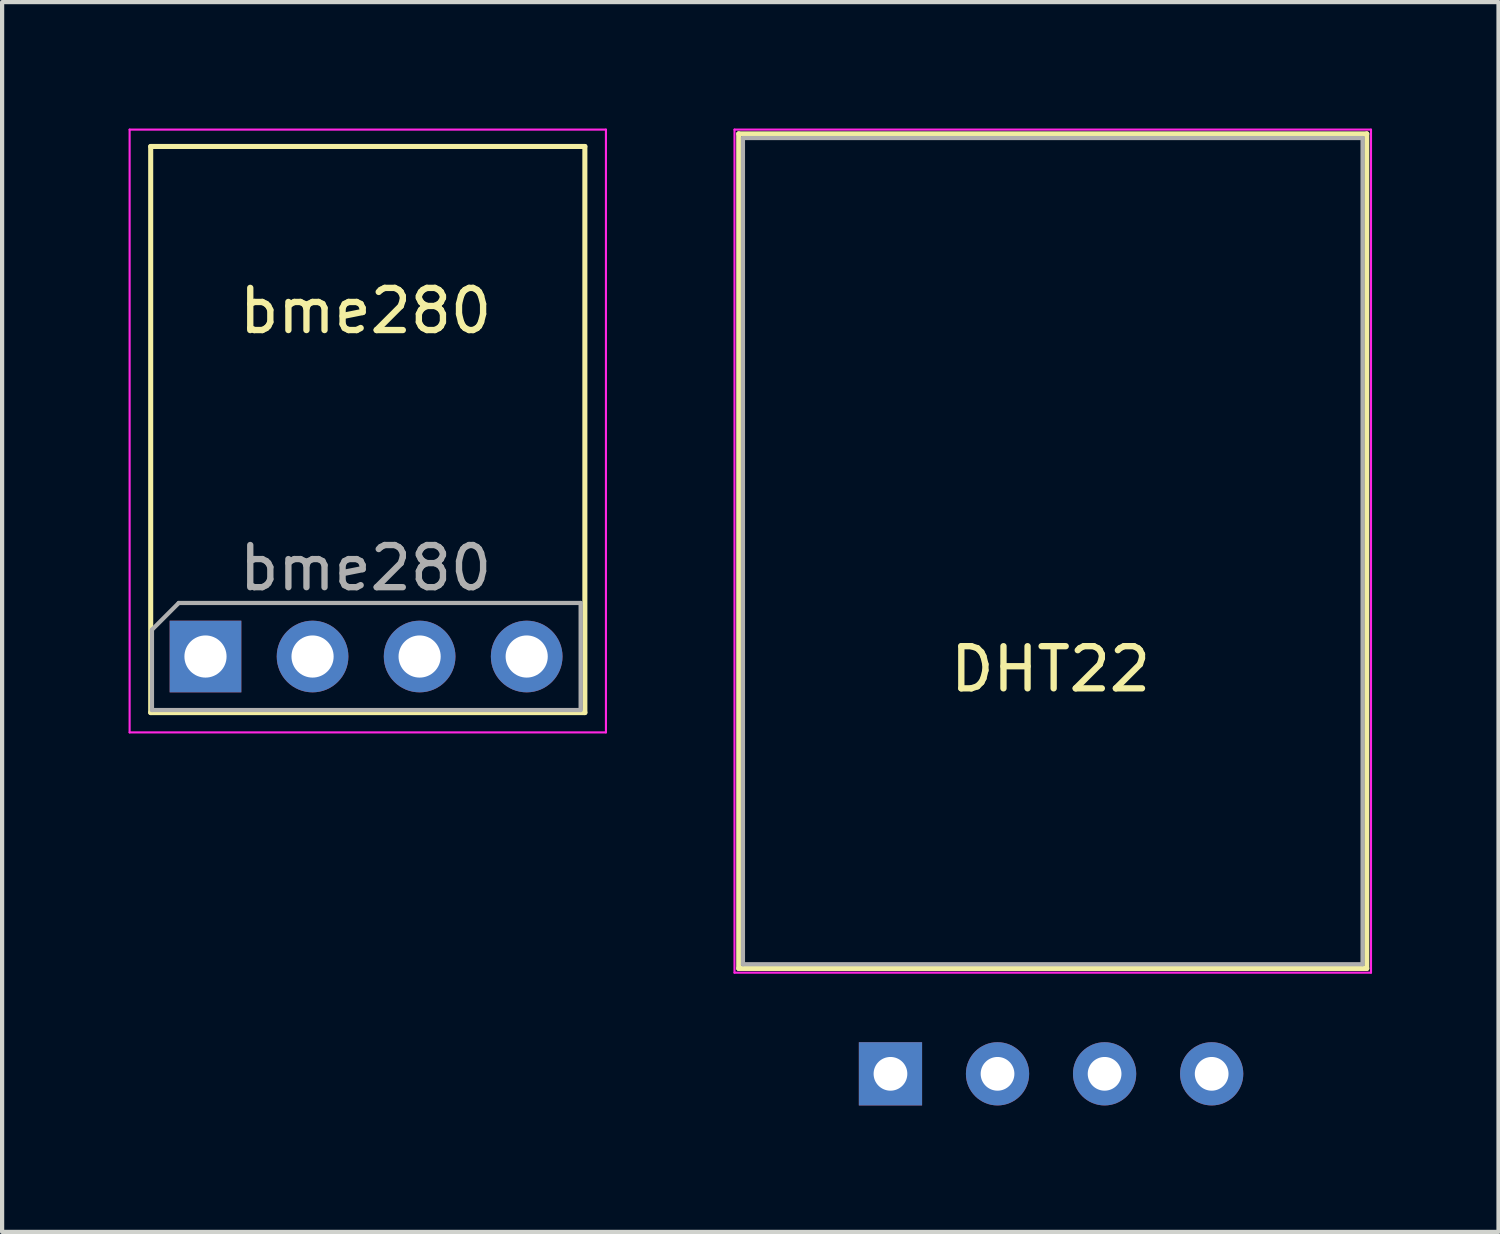
<source format=kicad_pcb>
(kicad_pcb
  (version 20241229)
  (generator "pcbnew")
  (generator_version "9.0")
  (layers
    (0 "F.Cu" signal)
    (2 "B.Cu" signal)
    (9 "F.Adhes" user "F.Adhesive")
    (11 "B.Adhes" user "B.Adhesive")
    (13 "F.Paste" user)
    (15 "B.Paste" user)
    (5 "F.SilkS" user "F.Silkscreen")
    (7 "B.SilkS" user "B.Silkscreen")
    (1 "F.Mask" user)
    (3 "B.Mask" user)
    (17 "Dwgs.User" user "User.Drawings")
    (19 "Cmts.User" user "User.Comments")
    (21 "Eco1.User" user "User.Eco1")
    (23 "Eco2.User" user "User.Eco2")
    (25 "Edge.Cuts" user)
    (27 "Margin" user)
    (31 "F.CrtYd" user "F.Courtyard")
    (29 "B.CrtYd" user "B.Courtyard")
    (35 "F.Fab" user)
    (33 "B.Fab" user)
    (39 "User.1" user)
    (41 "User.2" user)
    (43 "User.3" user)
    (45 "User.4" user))
  (footprint "bme280"
    (layer "F.Cu")
    (at 5.625 7.525)
    (property "Reference" "bme280" (at 0 -3.2 0) (layer "F.SilkS") (effects (font (size 1 1) (thickness 0.15))))
    (attr through_hole)
    (fp_line (start -5.1 -7.1) (end 5.2 -7.1) (stroke (width 0.12) (type solid)) (layer "F.SilkS"))
    (fp_line (start -5.1 6.33) (end -5.1 -7.1) (stroke (width 0.12) (type solid)) (layer "F.SilkS"))
    (fp_line (start -5.1 6.33) (end 5.2 6.33) (stroke (width 0.12) (type solid)) (layer "F.SilkS"))
    (fp_line (start 5.2 6.33) (end 5.2 -7.1) (stroke (width 0.12) (type solid)) (layer "F.SilkS"))
    (fp_line (start -5.6 -7.5) (end 5.7 -7.5) (stroke (width 0.05) (type solid)) (layer "F.CrtYd"))
    (fp_line (start -5.6 6.8) (end -5.6 -7.5) (stroke (width 0.05) (type solid)) (layer "F.CrtYd"))
    (fp_line (start 5.7 -7.5) (end 5.7 6.8) (stroke (width 0.05) (type solid)) (layer "F.CrtYd"))
    (fp_line (start 5.7 6.8) (end -5.6 6.8) (stroke (width 0.05) (type solid)) (layer "F.CrtYd"))
    (fp_line (start -5.07 4.365) (end -4.435 3.73) (stroke (width 0.1) (type solid)) (layer "F.Fab"))
    (fp_line (start -5.07 6.27) (end -5.07 4.365) (stroke (width 0.1) (type solid)) (layer "F.Fab"))
    (fp_line (start -4.435 3.73) (end 5.1 3.73) (stroke (width 0.1) (type solid)) (layer "F.Fab"))
    (fp_line (start 5.1 3.73) (end 5.1 6.27) (stroke (width 0.1) (type solid)) (layer "F.Fab"))
    (fp_line (start 5.1 6.27) (end -5.07 6.27) (stroke (width 0.1) (type solid)) (layer "F.Fab"))
    (fp_text user "${REFERENCE}" (at 0 2.9 180) (layer "F.Fab") (effects (font (size 1 1) (thickness 0.15))))
    (pad "1" thru_hole rect (at -3.8 5 90) (size 1.7 1.7) (drill 1) (layers "*.Cu" "*.Mask"))
    (pad "2" thru_hole oval (at -1.26 5 90) (size 1.7 1.7) (drill 1) (layers "*.Cu" "*.Mask"))
    (pad "3" thru_hole oval (at 1.28 5 90) (size 1.7 1.7) (drill 1) (layers "*.Cu" "*.Mask"))
    (pad "4" thru_hole oval (at 3.82 5 90) (size 1.7 1.7) (drill 1) (layers "*.Cu" "*.Mask")))
  (footprint "DHT22"
    (layer "F.Cu")
    (at 21.875 22.325)
    (property "Reference" "DHT22" (at 0 -9.5 0) (layer "F.SilkS") (effects (font (size 1 1) (thickness 0.15))))
    (attr through_hole)
    (fp_line (start -7.4 -22.2) (end 7.5 -22.2) (stroke (width 0.12) (type solid)) (layer "F.SilkS"))
    (fp_line (start -7.4 -2.4) (end -7.4 -22.2) (stroke (width 0.12) (type solid)) (layer "F.SilkS"))
    (fp_line (start -7.4 -2.4) (end 7.5 -2.4) (stroke (width 0.12) (type solid)) (layer "F.SilkS"))
    (fp_line (start 7.5 -2.4) (end 7.5 -22.2) (stroke (width 0.12) (type solid)) (layer "F.SilkS"))
    (fp_line (start -7.5 -22.3) (end 7.6 -22.3) (stroke (width 0.05) (type solid)) (layer "F.CrtYd"))
    (fp_line (start -7.5 -2.3) (end -7.5 -22.3) (stroke (width 0.05) (type solid)) (layer "F.CrtYd"))
    (fp_line (start -7.5 -2.3) (end 7.6 -2.3) (stroke (width 0.05) (type solid)) (layer "F.CrtYd"))
    (fp_line (start 7.6 -2.3) (end 7.6 -22.3) (stroke (width 0.05) (type solid)) (layer "F.CrtYd"))
    (fp_line (start -7.3 -22.1) (end 7.4 -22.1) (stroke (width 0.1) (type solid)) (layer "F.Fab"))
    (fp_line (start -7.3 -2.5) (end -7.3 -22.1) (stroke (width 0.1) (type solid)) (layer "F.Fab"))
    (fp_line (start -7.3 -2.5) (end 7.4 -2.5) (stroke (width 0.1) (type solid)) (layer "F.Fab"))
    (fp_line (start 7.4 -2.5) (end 7.4 -22.1) (stroke (width 0.1) (type solid)) (layer "F.Fab"))
    (pad "1" thru_hole rect (at -3.8 0.1 90) (size 1.5 1.5) (drill 0.8) (layers "*.Cu" "*.Mask"))
    (pad "2" thru_hole circle (at -1.26 0.1 90) (size 1.5 1.5) (drill 0.8) (layers "*.Cu" "*.Mask"))
    (pad "3" thru_hole circle (at 1.28 0.1 90) (size 1.5 1.5) (drill 0.8) (layers "*.Cu" "*.Mask"))
    (pad "4" thru_hole circle (at 3.82 0.1 90) (size 1.5 1.5) (drill 0.8) (layers "*.Cu" "*.Mask")))
  (gr_rect
    (start -3 -3)
    (end 32.5 26.175)
    (stroke (width 0.1) (type default))
    (fill no)
    (layer "Edge.Cuts")))
</source>
